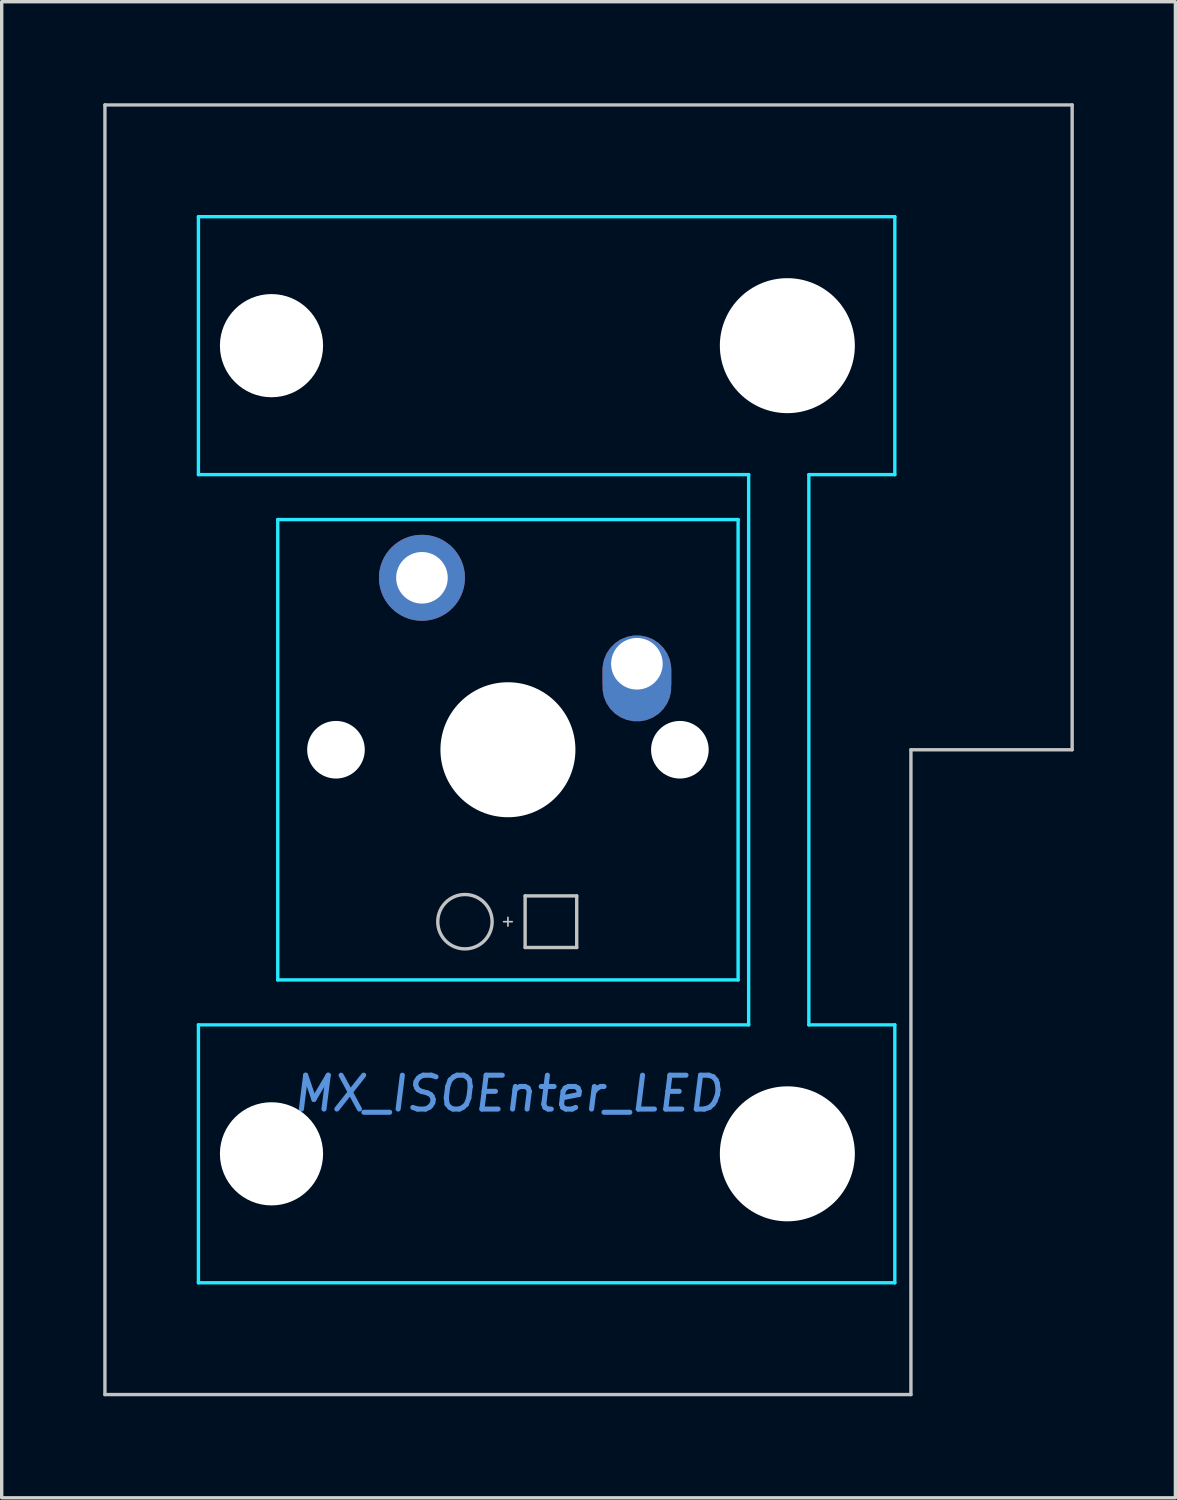
<source format=kicad_pcb>
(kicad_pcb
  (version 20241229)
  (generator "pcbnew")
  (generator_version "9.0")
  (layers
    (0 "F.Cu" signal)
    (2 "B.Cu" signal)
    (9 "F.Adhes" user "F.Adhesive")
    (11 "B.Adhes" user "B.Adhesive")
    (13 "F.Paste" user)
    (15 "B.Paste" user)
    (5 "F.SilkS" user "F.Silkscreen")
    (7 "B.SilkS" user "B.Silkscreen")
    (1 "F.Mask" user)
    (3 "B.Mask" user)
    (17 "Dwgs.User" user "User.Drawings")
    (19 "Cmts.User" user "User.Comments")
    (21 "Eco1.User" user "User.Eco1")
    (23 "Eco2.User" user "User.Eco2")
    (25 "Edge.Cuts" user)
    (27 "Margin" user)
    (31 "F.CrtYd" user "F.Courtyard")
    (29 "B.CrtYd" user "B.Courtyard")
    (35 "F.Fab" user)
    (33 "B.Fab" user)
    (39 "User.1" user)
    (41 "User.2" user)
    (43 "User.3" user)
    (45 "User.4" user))
  (footprint "MX_ISOEnter_LED"
    (layer "F.Cu")
    (at 11.956 19.1)
    (property "Reference" "MX_ISOEnter_LED" (at 0 10.16 0) (layer "Cmts.User") (effects (font (size 1 1) (thickness 0.15) (italic yes))))
    (attr through_hole)
    (fp_line (start -11.906 19.05) (end -11.906 -19.05) (stroke (width 0.1) (type solid)) (layer "Dwgs.User"))
    (fp_line (start -0.127 5.08) (end 0.127 5.08) (stroke (width 0.05) (type solid)) (layer "Dwgs.User"))
    (fp_line (start 0 5.207) (end 0 4.953) (stroke (width 0.05) (type solid)) (layer "Dwgs.User"))
    (fp_line (start 0.508 4.318) (end 0.508 5.842) (stroke (width 0.1) (type solid)) (layer "Dwgs.User"))
    (fp_line (start 0.508 4.318) (end 2.032 4.318) (stroke (width 0.1) (type solid)) (layer "Dwgs.User"))
    (fp_line (start 0.508 5.842) (end 2.032 5.842) (stroke (width 0.1) (type solid)) (layer "Dwgs.User"))
    (fp_line (start 2.032 5.842) (end 2.032 4.318) (stroke (width 0.1) (type solid)) (layer "Dwgs.User"))
    (fp_line (start 11.906 19.05) (end -11.906 19.05) (stroke (width 0.1) (type solid)) (layer "Dwgs.User"))
    (fp_line (start 11.906 19.05) (end 11.906 0) (stroke (width 0.1) (type solid)) (layer "Dwgs.User"))
    (fp_line (start 16.669 -19.05) (end -11.906 -19.05) (stroke (width 0.1) (type solid)) (layer "Dwgs.User"))
    (fp_line (start 16.669 0) (end 11.906 0) (stroke (width 0.1) (type solid)) (layer "Dwgs.User"))
    (fp_line (start 16.669 0) (end 16.669 -19.05) (stroke (width 0.1) (type solid)) (layer "Dwgs.User"))
    (fp_circle (center -1.27 5.08) (end -0.467 5.08) (stroke (width 0.1) (type solid)) (fill no) (layer "Dwgs.User"))
    (fp_line (start -7 -6.5) (end -7 6.5) (stroke (width 0.1) (type solid)) (layer "Eco1.User"))
    (fp_line (start -6.5 7) (end 6.5 7) (stroke (width 0.1) (type solid)) (layer "Eco1.User"))
    (fp_line (start -5.985 -8.938) (end -5.985 -14.938) (stroke (width 0.1) (type solid)) (layer "Eco1.User"))
    (fp_line (start -5.985 14.938) (end -5.985 8.938) (stroke (width 0.1) (type solid)) (layer "Eco1.User"))
    (fp_line (start -5.485 -8.438) (end 8.515 -8.438) (stroke (width 0.1) (type solid)) (layer "Eco1.User"))
    (fp_line (start -5.485 15.438) (end 8.515 15.438) (stroke (width 0.1) (type solid)) (layer "Eco1.User"))
    (fp_line (start 6.5 -7) (end -6.5 -7) (stroke (width 0.1) (type solid)) (layer "Eco1.User"))
    (fp_line (start 7 6.5) (end 7 -6.5) (stroke (width 0.1) (type solid)) (layer "Eco1.User"))
    (fp_line (start 8.515 -15.438) (end -5.485 -15.438) (stroke (width 0.1) (type solid)) (layer "Eco1.User"))
    (fp_line (start 8.515 8.438) (end -5.485 8.438) (stroke (width 0.1) (type solid)) (layer "Eco1.User"))
    (fp_line (start 9.015 -14.938) (end 9.015 -8.938) (stroke (width 0.1) (type solid)) (layer "Eco1.User"))
    (fp_line (start 9.015 8.938) (end 9.015 14.938) (stroke (width 0.1) (type solid)) (layer "Eco1.User"))
    (fp_arc (start -7 -6.5) (mid -6.853553 -6.853553) (end -6.5 -7) (stroke (width 0.1) (type solid)) (layer "Eco1.User"))
    (fp_arc (start -6.5 7) (mid -6.853553 6.853553) (end -7 6.5) (stroke (width 0.1) (type solid)) (layer "Eco1.User"))
    (fp_arc (start -5.985 -14.938) (mid -5.838553 -15.291553) (end -5.485 -15.438) (stroke (width 0.1) (type solid)) (layer "Eco1.User"))
    (fp_arc (start -5.985 8.938) (mid -5.838553 8.584447) (end -5.485 8.438) (stroke (width 0.1) (type solid)) (layer "Eco1.User"))
    (fp_arc (start -5.485 -8.438) (mid -5.838553 -8.584447) (end -5.985 -8.938) (stroke (width 0.1) (type solid)) (layer "Eco1.User"))
    (fp_arc (start -5.485 15.438) (mid -5.838553 15.291553) (end -5.985 14.938) (stroke (width 0.1) (type solid)) (layer "Eco1.User"))
    (fp_arc (start 6.5 -7) (mid 6.853553 -6.853553) (end 7 -6.5) (stroke (width 0.1) (type solid)) (layer "Eco1.User"))
    (fp_arc (start 7 6.5) (mid 6.853553 6.853553) (end 6.5 7) (stroke (width 0.1) (type solid)) (layer "Eco1.User"))
    (fp_arc (start 8.515 -15.438) (mid 8.868553 -15.291553) (end 9.015 -14.938) (stroke (width 0.1) (type solid)) (layer "Eco1.User"))
    (fp_arc (start 8.515 8.438) (mid 8.868553 8.584447) (end 9.015 8.938) (stroke (width 0.1) (type solid)) (layer "Eco1.User"))
    (fp_arc (start 9.015 -8.938) (mid 8.868553 -8.584447) (end 8.515 -8.438) (stroke (width 0.1) (type solid)) (layer "Eco1.User"))
    (fp_arc (start 9.015 14.938) (mid 8.868553 15.291553) (end 8.515 15.438) (stroke (width 0.1) (type solid)) (layer "Eco1.User"))
    (fp_line (start -9.144 -15.748) (end 11.43 -15.748) (stroke (width 0.1) (type solid)) (layer "B.CrtYd"))
    (fp_line (start -9.144 -8.128) (end -9.144 -15.748) (stroke (width 0.1) (type solid)) (layer "B.CrtYd"))
    (fp_line (start -9.144 -8.128) (end 7.112 -8.128) (stroke (width 0.1) (type solid)) (layer "B.CrtYd"))
    (fp_line (start -9.144 8.128) (end 7.112 8.128) (stroke (width 0.1) (type solid)) (layer "B.CrtYd"))
    (fp_line (start -9.144 15.748) (end -9.144 8.128) (stroke (width 0.1) (type solid)) (layer "B.CrtYd"))
    (fp_line (start -6.8 6.8) (end -6.8 -6.8) (stroke (width 0.1) (type solid)) (layer "B.CrtYd"))
    (fp_line (start 6.8 -6.8) (end -6.8 -6.8) (stroke (width 0.1) (type solid)) (layer "B.CrtYd"))
    (fp_line (start 6.8 6.8) (end -6.8 6.8) (stroke (width 0.1) (type solid)) (layer "B.CrtYd"))
    (fp_line (start 6.8 6.8) (end 6.8 -6.8) (stroke (width 0.1) (type solid)) (layer "B.CrtYd"))
    (fp_line (start 7.112 8.128) (end 7.112 -8.128) (stroke (width 0.1) (type solid)) (layer "B.CrtYd"))
    (fp_line (start 8.89 8.128) (end 8.89 -8.128) (stroke (width 0.1) (type solid)) (layer "B.CrtYd"))
    (fp_line (start 11.43 -15.748) (end 11.43 -8.128) (stroke (width 0.1) (type solid)) (layer "B.CrtYd"))
    (fp_line (start 11.43 -8.128) (end 8.89 -8.128) (stroke (width 0.1) (type solid)) (layer "B.CrtYd"))
    (fp_line (start 11.43 8.128) (end 8.89 8.128) (stroke (width 0.1) (type solid)) (layer "B.CrtYd"))
    (fp_line (start 11.43 8.128) (end 11.43 15.748) (stroke (width 0.1) (type solid)) (layer "B.CrtYd"))
    (fp_line (start 11.43 15.748) (end -9.144 15.748) (stroke (width 0.1) (type solid)) (layer "B.CrtYd"))
    (pad "" np_thru_hole circle (at -6.985 -11.938 90) (size 3.048 3.048) (drill 3.048) (layers "*.Cu" "*.Mask"))
    (pad "" np_thru_hole circle (at -6.985 11.938 90) (size 3.048 3.048) (drill 3.048) (layers "*.Cu" "*.Mask"))
    (pad "" np_thru_hole circle (at -5.08 0) (size 1.702 1.702) (drill 1.702) (layers "*.Cu" "*.Mask"))
    (pad "" connect circle (at -2.54 -5.08) (size 1.27 1.27) (layers "B.Mask"))
    (pad "" np_thru_hole circle (at 0 0) (size 3.988 3.988) (drill 3.988) (layers "*.Cu" "*.Mask"))
    (pad "" connect circle (at 3.81 -2.54 90) (size 1.27 1.27) (layers "B.Mask"))
    (pad "" np_thru_hole circle (at 5.08 0) (size 1.702 1.702) (drill 1.702) (layers "*.Cu" "*.Mask"))
    (pad "" np_thru_hole circle (at 8.255 -11.938 90) (size 3.988 3.988) (drill 3.988) (layers "*.Cu" "*.Mask"))
    (pad "" np_thru_hole circle (at 8.255 11.938 90) (size 3.988 3.988) (drill 3.988) (layers "*.Cu" "*.Mask"))
    (pad "1" thru_hole circle (at -2.54 -5.08) (size 2.54 2.54) (drill 1.524) (layers "*.Cu" "F.Mask"))
    (pad "2" thru_hole custom (at 3.81 -2.54) (size 1.651 1.651) (drill 1.524) (layers "*.Cu" "F.Mask") (options (anchor circle)) (primitives (gr_circle (center 0 0.178) (end 1.016 0.178) (width 0) (fill yes)) (gr_circle (center 0 0.686) (end 1.016 0.686) (width 0) (fill yes)) (gr_poly (pts (xy 1.016 0.635) (xy -1.016 0.635) (xy -1.016 0.127) (xy 1.016 0.127)) (width 0) (fill yes)))))
  (gr_rect
    (start -3 -3)
    (end 31.675 41.2)
    (stroke (width 0.1) (type default))
    (fill no)
    (layer "Edge.Cuts")))
</source>
